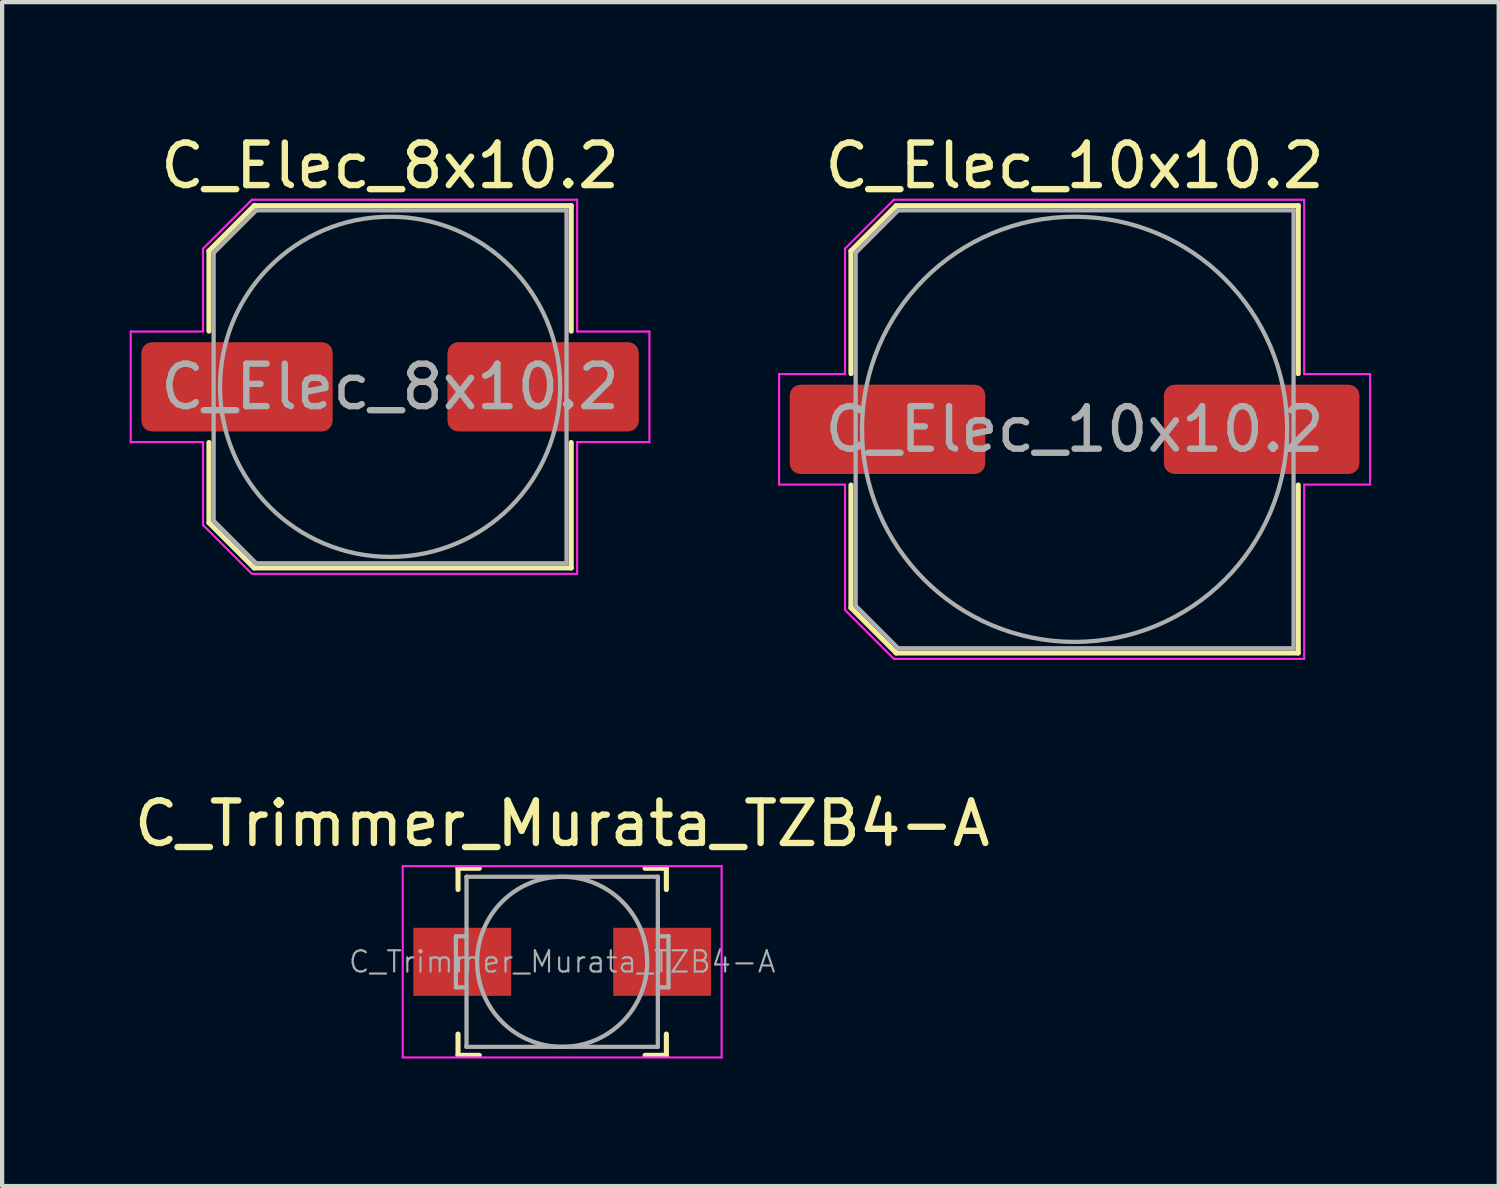
<source format=kicad_pcb>
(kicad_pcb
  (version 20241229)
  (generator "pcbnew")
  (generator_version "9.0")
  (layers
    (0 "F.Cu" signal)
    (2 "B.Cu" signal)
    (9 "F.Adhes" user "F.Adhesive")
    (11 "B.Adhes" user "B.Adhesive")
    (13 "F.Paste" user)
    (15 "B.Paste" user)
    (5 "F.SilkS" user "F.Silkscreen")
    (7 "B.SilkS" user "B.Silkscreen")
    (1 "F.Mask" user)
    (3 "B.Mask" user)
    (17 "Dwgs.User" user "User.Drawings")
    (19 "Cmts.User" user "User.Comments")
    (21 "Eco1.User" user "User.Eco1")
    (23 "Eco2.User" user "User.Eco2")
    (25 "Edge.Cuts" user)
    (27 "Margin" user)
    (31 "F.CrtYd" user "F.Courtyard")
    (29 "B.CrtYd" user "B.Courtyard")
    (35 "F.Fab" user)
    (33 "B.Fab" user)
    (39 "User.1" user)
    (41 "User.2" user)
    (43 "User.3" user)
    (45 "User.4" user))
  (footprint "C_Trimmer_Murata_TZB4-A"
    (layer "F.Cu")
    (at 10.173 19.572)
    (property "Reference" "C_Trimmer_Murata_TZB4-A" (at 0 -3.25 0) (layer "F.SilkS") (effects (font (size 1 1) (thickness 0.15))))
    (attr smd)
    (fp_line (start -2.45 -2.2) (end -2.45 -1.7) (stroke (width 0.12) (type solid)) (layer "F.SilkS"))
    (fp_line (start -2.45 -2.2) (end -1.95 -2.2) (stroke (width 0.12) (type solid)) (layer "F.SilkS"))
    (fp_line (start -2.45 2.2) (end -2.45 1.7) (stroke (width 0.12) (type solid)) (layer "F.SilkS"))
    (fp_line (start -2.45 2.2) (end -1.95 2.2) (stroke (width 0.12) (type solid)) (layer "F.SilkS"))
    (fp_line (start 2.45 -2.2) (end 1.95 -2.2) (stroke (width 0.12) (type solid)) (layer "F.SilkS"))
    (fp_line (start 2.45 -2.2) (end 2.45 -1.7) (stroke (width 0.12) (type solid)) (layer "F.SilkS"))
    (fp_line (start 2.45 2.2) (end 1.95 2.2) (stroke (width 0.12) (type solid)) (layer "F.SilkS"))
    (fp_line (start 2.45 2.2) (end 2.45 1.7) (stroke (width 0.12) (type solid)) (layer "F.SilkS"))
    (fp_line (start -3.75 -2.25) (end -3.75 2.25) (stroke (width 0.05) (type solid)) (layer "F.CrtYd"))
    (fp_line (start -3.75 2.25) (end 3.75 2.25) (stroke (width 0.05) (type solid)) (layer "F.CrtYd"))
    (fp_line (start 3.75 -2.25) (end -3.75 -2.25) (stroke (width 0.05) (type solid)) (layer "F.CrtYd"))
    (fp_line (start 3.75 2.25) (end 3.75 -2.25) (stroke (width 0.05) (type solid)) (layer "F.CrtYd"))
    (fp_line (start -2.5 -0.6) (end -2.5 0.6) (stroke (width 0.1) (type solid)) (layer "F.Fab"))
    (fp_line (start -2.5 0.6) (end -2.25 0.6) (stroke (width 0.1) (type solid)) (layer "F.Fab"))
    (fp_line (start -2.25 -2) (end -2.24 -2) (stroke (width 0.1) (type solid)) (layer "F.Fab"))
    (fp_line (start -2.25 -1.99) (end -2.25 -2) (stroke (width 0.1) (type solid)) (layer "F.Fab"))
    (fp_line (start -2.25 -0.6) (end -2.5 -0.6) (stroke (width 0.1) (type solid)) (layer "F.Fab"))
    (fp_line (start -2.25 1.99) (end -2.25 -1.99) (stroke (width 0.1) (type solid)) (layer "F.Fab"))
    (fp_line (start -2.25 2) (end -2.25 1.99) (stroke (width 0.1) (type solid)) (layer "F.Fab"))
    (fp_line (start -2.24 -2) (end 2.24 -2) (stroke (width 0.1) (type solid)) (layer "F.Fab"))
    (fp_line (start -2.24 2) (end -2.25 2) (stroke (width 0.1) (type solid)) (layer "F.Fab"))
    (fp_line (start 2.24 -2) (end 2.25 -2) (stroke (width 0.1) (type solid)) (layer "F.Fab"))
    (fp_line (start 2.24 2) (end -2.24 2) (stroke (width 0.1) (type solid)) (layer "F.Fab"))
    (fp_line (start 2.25 -2) (end 2.25 -1.99) (stroke (width 0.1) (type solid)) (layer "F.Fab"))
    (fp_line (start 2.25 -1.99) (end 2.25 1.99) (stroke (width 0.1) (type solid)) (layer "F.Fab"))
    (fp_line (start 2.25 -0.6) (end 2.5 -0.6) (stroke (width 0.1) (type solid)) (layer "F.Fab"))
    (fp_line (start 2.25 1.99) (end 2.25 2) (stroke (width 0.1) (type solid)) (layer "F.Fab"))
    (fp_line (start 2.25 2) (end 2.24 2) (stroke (width 0.1) (type solid)) (layer "F.Fab"))
    (fp_line (start 2.5 -0.6) (end 2.5 0.6) (stroke (width 0.1) (type solid)) (layer "F.Fab"))
    (fp_line (start 2.5 0.6) (end 2.25 0.6) (stroke (width 0.1) (type solid)) (layer "F.Fab"))
    (fp_circle (center 0 0) (end 2 0) (stroke (width 0.1) (type solid)) (fill no) (layer "F.Fab"))
    (fp_text user "${REFERENCE}" (at 0 0 0) (layer "F.Fab") (effects (font (size 0.5 0.5) (thickness 0.05))))
    (pad "1" smd rect (at -2.35 0) (size 2.3 1.6) (layers "F.Cu" "F.Mask" "F.Paste"))
    (pad "2" smd rect (at 2.35 0) (size 2.3 1.6) (layers "F.Cu" "F.Mask" "F.Paste")))
  (footprint "C_Elec_10x10.2"
    (layer "F.Cu")
    (at 22.225 7.048)
    (property "Reference" "C_Elec_10x10.2" (at 0 -6.2 0) (layer "F.SilkS") (effects (font (size 1 1) (thickness 0.15))))
    (attr smd)
    (fp_line (start -5.26 -4.196) (end -5.26 -1.31) (stroke (width 0.12) (type solid)) (layer "F.SilkS"))
    (fp_line (start -5.26 -4.196) (end -4.196 -5.26) (stroke (width 0.12) (type solid)) (layer "F.SilkS"))
    (fp_line (start -5.26 4.196) (end -5.26 1.31) (stroke (width 0.12) (type solid)) (layer "F.SilkS"))
    (fp_line (start -5.26 4.196) (end -4.196 5.26) (stroke (width 0.12) (type solid)) (layer "F.SilkS"))
    (fp_line (start -4.196 -5.26) (end 5.26 -5.26) (stroke (width 0.12) (type solid)) (layer "F.SilkS"))
    (fp_line (start -4.196 5.26) (end 5.26 5.26) (stroke (width 0.12) (type solid)) (layer "F.SilkS"))
    (fp_line (start 5.26 -5.26) (end 5.26 -1.31) (stroke (width 0.12) (type solid)) (layer "F.SilkS"))
    (fp_line (start 5.26 5.26) (end 5.26 1.31) (stroke (width 0.12) (type solid)) (layer "F.SilkS"))
    (fp_line (start -6.95 -1.3) (end -6.95 1.3) (stroke (width 0.05) (type solid)) (layer "F.CrtYd"))
    (fp_line (start -6.95 1.3) (end -5.4 1.3) (stroke (width 0.05) (type solid)) (layer "F.CrtYd"))
    (fp_line (start -5.4 -4.25) (end -5.4 -1.3) (stroke (width 0.05) (type solid)) (layer "F.CrtYd"))
    (fp_line (start -5.4 -4.25) (end -4.25 -5.4) (stroke (width 0.05) (type solid)) (layer "F.CrtYd"))
    (fp_line (start -5.4 -1.3) (end -6.95 -1.3) (stroke (width 0.05) (type solid)) (layer "F.CrtYd"))
    (fp_line (start -5.4 1.3) (end -5.4 4.25) (stroke (width 0.05) (type solid)) (layer "F.CrtYd"))
    (fp_line (start -5.4 4.25) (end -4.25 5.4) (stroke (width 0.05) (type solid)) (layer "F.CrtYd"))
    (fp_line (start -4.25 -5.4) (end 5.4 -5.4) (stroke (width 0.05) (type solid)) (layer "F.CrtYd"))
    (fp_line (start -4.25 5.4) (end 5.4 5.4) (stroke (width 0.05) (type solid)) (layer "F.CrtYd"))
    (fp_line (start 5.4 -5.4) (end 5.4 -1.3) (stroke (width 0.05) (type solid)) (layer "F.CrtYd"))
    (fp_line (start 5.4 -1.3) (end 6.95 -1.3) (stroke (width 0.05) (type solid)) (layer "F.CrtYd"))
    (fp_line (start 5.4 1.3) (end 5.4 5.4) (stroke (width 0.05) (type solid)) (layer "F.CrtYd"))
    (fp_line (start 6.95 -1.3) (end 6.95 1.3) (stroke (width 0.05) (type solid)) (layer "F.CrtYd"))
    (fp_line (start 6.95 1.3) (end 5.4 1.3) (stroke (width 0.05) (type solid)) (layer "F.CrtYd"))
    (fp_line (start -5.15 -4.15) (end -5.15 4.15) (stroke (width 0.1) (type solid)) (layer "F.Fab"))
    (fp_line (start -5.15 -4.15) (end -4.15 -5.15) (stroke (width 0.1) (type solid)) (layer "F.Fab"))
    (fp_line (start -5.15 4.15) (end -4.15 5.15) (stroke (width 0.1) (type solid)) (layer "F.Fab"))
    (fp_line (start -4.15 -5.15) (end 5.15 -5.15) (stroke (width 0.1) (type solid)) (layer "F.Fab"))
    (fp_line (start -4.15 5.15) (end 5.15 5.15) (stroke (width 0.1) (type solid)) (layer "F.Fab"))
    (fp_line (start 5.15 -5.15) (end 5.15 5.15) (stroke (width 0.1) (type solid)) (layer "F.Fab"))
    (fp_circle (center 0 0) (end 5 0) (stroke (width 0.1) (type solid)) (fill no) (layer "F.Fab"))
    (fp_text user "${REFERENCE}" (at 0 0 0) (layer "F.Fab") (effects (font (size 1 1) (thickness 0.15))))
    (pad "1" smd roundrect (at -4.4 0) (size 4.6 2.1) (layers "F.Cu" "F.Mask" "F.Paste") (roundrect_rratio 0.119))
    (pad "2" smd roundrect (at 4.4 0) (size 4.6 2.1) (layers "F.Cu" "F.Mask" "F.Paste") (roundrect_rratio 0.119)))
  (footprint "C_Elec_8x10.2"
    (layer "F.Cu")
    (at 6.125 6.048)
    (property "Reference" "C_Elec_8x10.2" (at 0 -5.2 0) (layer "F.SilkS") (effects (font (size 1 1) (thickness 0.15))))
    (attr smd)
    (fp_line (start -4.26 -3.196) (end -4.26 -1.31) (stroke (width 0.12) (type solid)) (layer "F.SilkS"))
    (fp_line (start -4.26 -3.196) (end -3.196 -4.26) (stroke (width 0.12) (type solid)) (layer "F.SilkS"))
    (fp_line (start -4.26 3.196) (end -4.26 1.31) (stroke (width 0.12) (type solid)) (layer "F.SilkS"))
    (fp_line (start -4.26 3.196) (end -3.196 4.26) (stroke (width 0.12) (type solid)) (layer "F.SilkS"))
    (fp_line (start -3.196 -4.26) (end 4.26 -4.26) (stroke (width 0.12) (type solid)) (layer "F.SilkS"))
    (fp_line (start -3.196 4.26) (end 4.26 4.26) (stroke (width 0.12) (type solid)) (layer "F.SilkS"))
    (fp_line (start 4.26 -4.26) (end 4.26 -1.31) (stroke (width 0.12) (type solid)) (layer "F.SilkS"))
    (fp_line (start 4.26 4.26) (end 4.26 1.31) (stroke (width 0.12) (type solid)) (layer "F.SilkS"))
    (fp_line (start -6.1 -1.3) (end -6.1 1.3) (stroke (width 0.05) (type solid)) (layer "F.CrtYd"))
    (fp_line (start -6.1 1.3) (end -4.4 1.3) (stroke (width 0.05) (type solid)) (layer "F.CrtYd"))
    (fp_line (start -4.4 -3.25) (end -4.4 -1.3) (stroke (width 0.05) (type solid)) (layer "F.CrtYd"))
    (fp_line (start -4.4 -3.25) (end -3.25 -4.4) (stroke (width 0.05) (type solid)) (layer "F.CrtYd"))
    (fp_line (start -4.4 -1.3) (end -6.1 -1.3) (stroke (width 0.05) (type solid)) (layer "F.CrtYd"))
    (fp_line (start -4.4 1.3) (end -4.4 3.25) (stroke (width 0.05) (type solid)) (layer "F.CrtYd"))
    (fp_line (start -4.4 3.25) (end -3.25 4.4) (stroke (width 0.05) (type solid)) (layer "F.CrtYd"))
    (fp_line (start -3.25 -4.4) (end 4.4 -4.4) (stroke (width 0.05) (type solid)) (layer "F.CrtYd"))
    (fp_line (start -3.25 4.4) (end 4.4 4.4) (stroke (width 0.05) (type solid)) (layer "F.CrtYd"))
    (fp_line (start 4.4 -4.4) (end 4.4 -1.3) (stroke (width 0.05) (type solid)) (layer "F.CrtYd"))
    (fp_line (start 4.4 -1.3) (end 6.1 -1.3) (stroke (width 0.05) (type solid)) (layer "F.CrtYd"))
    (fp_line (start 4.4 1.3) (end 4.4 4.4) (stroke (width 0.05) (type solid)) (layer "F.CrtYd"))
    (fp_line (start 6.1 -1.3) (end 6.1 1.3) (stroke (width 0.05) (type solid)) (layer "F.CrtYd"))
    (fp_line (start 6.1 1.3) (end 4.4 1.3) (stroke (width 0.05) (type solid)) (layer "F.CrtYd"))
    (fp_line (start -4.15 -3.15) (end -4.15 3.15) (stroke (width 0.1) (type solid)) (layer "F.Fab"))
    (fp_line (start -4.15 -3.15) (end -3.15 -4.15) (stroke (width 0.1) (type solid)) (layer "F.Fab"))
    (fp_line (start -4.15 3.15) (end -3.15 4.15) (stroke (width 0.1) (type solid)) (layer "F.Fab"))
    (fp_line (start -3.15 -4.15) (end 4.15 -4.15) (stroke (width 0.1) (type solid)) (layer "F.Fab"))
    (fp_line (start -3.15 4.15) (end 4.15 4.15) (stroke (width 0.1) (type solid)) (layer "F.Fab"))
    (fp_line (start 4.15 -4.15) (end 4.15 4.15) (stroke (width 0.1) (type solid)) (layer "F.Fab"))
    (fp_circle (center 0 0) (end 4 0) (stroke (width 0.1) (type solid)) (fill no) (layer "F.Fab"))
    (fp_text user "${REFERENCE}" (at 0 0 0) (layer "F.Fab") (effects (font (size 1 1) (thickness 0.15))))
    (pad "1" smd roundrect (at -3.6 0) (size 4.5 2.1) (layers "F.Cu" "F.Mask" "F.Paste") (roundrect_rratio 0.119))
    (pad "2" smd roundrect (at 3.6 0) (size 4.5 2.1) (layers "F.Cu" "F.Mask" "F.Paste") (roundrect_rratio 0.119)))
  (gr_rect
    (start -3 -3)
    (end 32.2 24.846)
    (stroke (width 0.1) (type default))
    (fill no)
    (layer "Edge.Cuts")))
</source>
